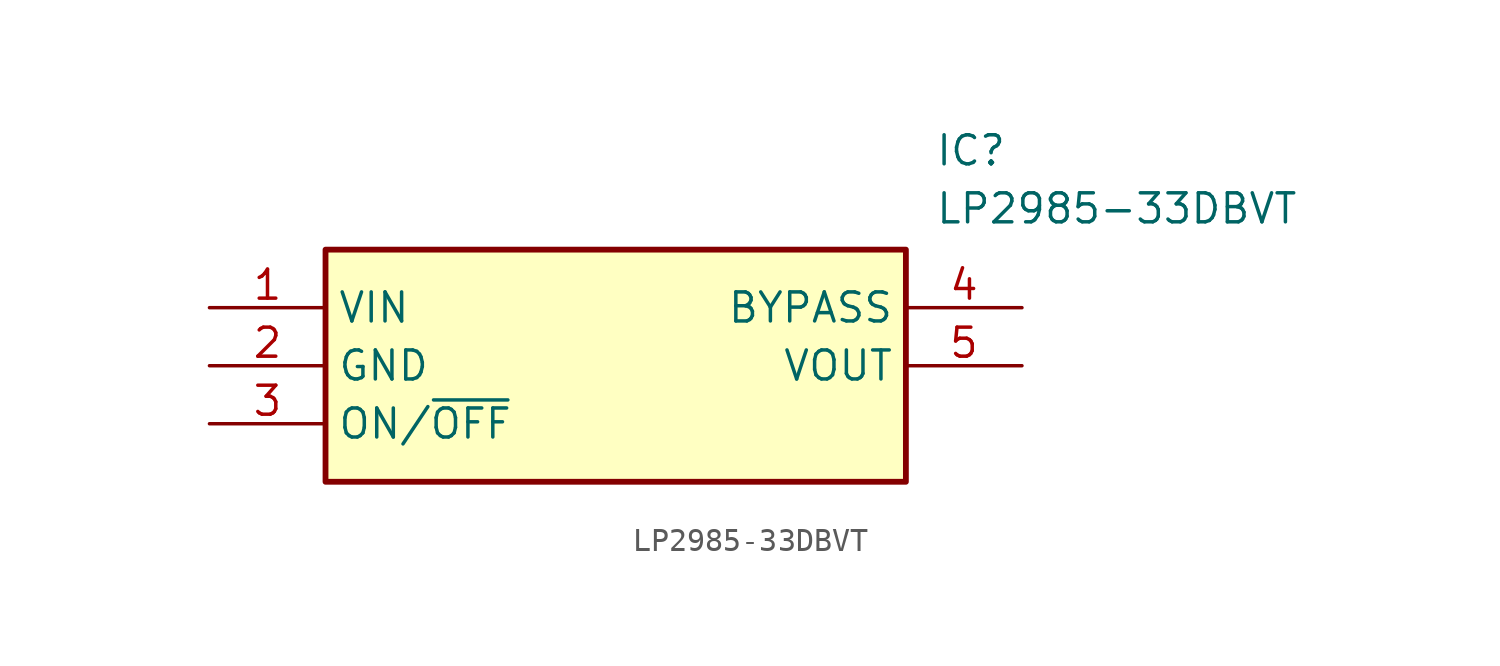
<source format=kicad_sym>
(kicad_symbol_lib
  (version 20211014)
  (generator SamacSys_ECAD_Model)
  (symbol "LP2985-33DBVT"
    (property "Reference" "IC"
      (at 31.75 7.62 0)
      (effects (font (size 1.27 1.27)) (justify left top)))
    (property "Value" "LP2985-33DBVT"
      (at 31.75 5.08 0)
      (effects (font (size 1.27 1.27)) (justify left top)))
    (rectangle
      (start 5.08 2.54)
      (end 30.48 -7.62)
      (stroke (width 0.254) (type default))
      (fill (type background)))
    (pin passive line
      (at 0 0 0)
      (length 5.08)
      (name "VIN" (effects (font (size 1.27 1.27))))
      (number "1" (effects (font (size 1.27 1.27)))))
    (pin passive line
      (at 0 -2.54 0)
      (length 5.08)
      (name "GND" (effects (font (size 1.27 1.27))))
      (number "2" (effects (font (size 1.27 1.27)))))
    (pin passive line
      (at 0 -5.08 0)
      (length 5.08)
      (name "ON/~{OFF}" (effects (font (size 1.27 1.27))))
      (number "3" (effects (font (size 1.27 1.27)))))
    (pin passive line
      (at 35.56 0 180)
      (length 5.08)
      (name "BYPASS" (effects (font (size 1.27 1.27))))
      (number "4" (effects (font (size 1.27 1.27)))))
    (pin passive line
      (at 35.56 -2.54 180)
      (length 5.08)
      (name "VOUT" (effects (font (size 1.27 1.27))))
      (number "5" (effects (font (size 1.27 1.27)))))))
</source>
